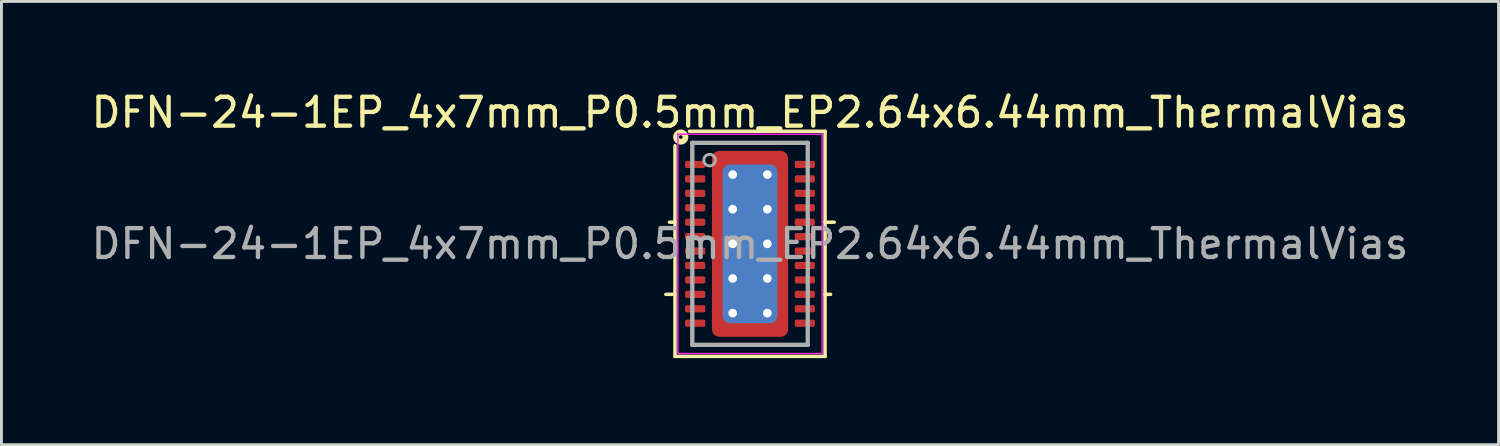
<source format=kicad_pcb>
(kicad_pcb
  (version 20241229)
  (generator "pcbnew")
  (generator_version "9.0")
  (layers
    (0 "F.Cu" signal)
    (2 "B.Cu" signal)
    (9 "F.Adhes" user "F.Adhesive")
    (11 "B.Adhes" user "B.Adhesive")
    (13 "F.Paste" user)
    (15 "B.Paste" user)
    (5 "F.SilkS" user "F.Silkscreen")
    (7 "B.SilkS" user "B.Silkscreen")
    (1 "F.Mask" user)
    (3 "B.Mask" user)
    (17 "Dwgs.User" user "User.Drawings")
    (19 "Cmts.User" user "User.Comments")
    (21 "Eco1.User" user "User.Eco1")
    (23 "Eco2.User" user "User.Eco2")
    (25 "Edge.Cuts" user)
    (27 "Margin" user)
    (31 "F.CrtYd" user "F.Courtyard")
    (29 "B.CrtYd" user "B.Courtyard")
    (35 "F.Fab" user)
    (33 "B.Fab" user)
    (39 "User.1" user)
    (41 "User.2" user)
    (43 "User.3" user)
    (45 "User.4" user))
  (footprint "DFN-24-1EP_4x7mm_P0.5mm_EP2.64x6.44mm_ThermalVias"
    (layer "F.Cu")
    (at 22.935 5.398)
    (property "Reference" "DFN-24-1EP_4x7mm_P0.5mm_EP2.64x6.44mm_ThermalVias" (at 0 -4.55 0) (layer "F.SilkS") (effects (font (size 1 1) (thickness 0.15))))
    (attr smd)
    (fp_line (start -2.6 -0.75) (end -2.791 -0.75) (stroke (width 0.12) (type solid)) (layer "F.SilkS"))
    (fp_line (start -2.6 1.75) (end -2.917 1.75) (stroke (width 0.12) (type solid)) (layer "F.SilkS"))
    (fp_line (start -2.6 3.9) (end -2.6 -3.4) (stroke (width 0.12) (type solid)) (layer "F.SilkS"))
    (fp_line (start -2.1 -3.9) (end 2.6 -3.9) (stroke (width 0.12) (type solid)) (layer "F.SilkS"))
    (fp_line (start 2.6 -3.9) (end 2.6 3.9) (stroke (width 0.12) (type solid)) (layer "F.SilkS"))
    (fp_line (start 2.6 -0.75) (end 2.917 -0.75) (stroke (width 0.12) (type solid)) (layer "F.SilkS"))
    (fp_line (start 2.6 1.75) (end 2.791 1.75) (stroke (width 0.12) (type solid)) (layer "F.SilkS"))
    (fp_line (start 2.6 3.9) (end -2.6 3.9) (stroke (width 0.12) (type solid)) (layer "F.SilkS"))
    (fp_circle (center -2.4 -3.7) (end -2.337 -3.7) (stroke (width 0.2) (type solid)) (fill no) (layer "F.SilkS"))
    (fp_line (start -2.5 -3.8) (end -2.5 3.8) (stroke (width 0.05) (type solid)) (layer "F.CrtYd"))
    (fp_line (start -2.5 -3.8) (end 2.5 -3.8) (stroke (width 0.05) (type solid)) (layer "F.CrtYd"))
    (fp_line (start -2.5 3.8) (end 2.5 3.8) (stroke (width 0.05) (type solid)) (layer "F.CrtYd"))
    (fp_line (start 2.5 -3.8) (end 2.5 3.8) (stroke (width 0.05) (type solid)) (layer "F.CrtYd"))
    (fp_line (start -2 -3.5) (end 2 -3.5) (stroke (width 0.15) (type solid)) (layer "F.Fab"))
    (fp_line (start -2 3.5) (end -2 -3.5) (stroke (width 0.15) (type solid)) (layer "F.Fab"))
    (fp_line (start 2 -3.5) (end 2 3.5) (stroke (width 0.15) (type solid)) (layer "F.Fab"))
    (fp_line (start 2 3.5) (end -2 3.5) (stroke (width 0.15) (type solid)) (layer "F.Fab"))
    (fp_circle (center -1.4 -2.9) (end -1.2 -2.9) (stroke (width 0.1) (type solid)) (fill no) (layer "F.Fab"))
    (fp_text user "${REFERENCE}" (at 0 0 0) (layer "F.Fab") (effects (font (size 1 1) (thickness 0.15))))
    (pad "" smd roundrect (at -0.975 -2.825) (size 0.55 0.65) (layers "F.Paste") (roundrect_rratio 0.25))
    (pad "" smd roundrect (at -0.975 -1.8) (size 0.55 1) (layers "F.Paste") (roundrect_rratio 0.25))
    (pad "" smd roundrect (at -0.975 -0.6) (size 0.55 1) (layers "F.Paste") (roundrect_rratio 0.25))
    (pad "" smd roundrect (at -0.975 0.6) (size 0.55 1) (layers "F.Paste") (roundrect_rratio 0.25))
    (pad "" smd roundrect (at -0.975 1.8) (size 0.55 1) (layers "F.Paste") (roundrect_rratio 0.25))
    (pad "" smd roundrect (at -0.975 2.85) (size 0.55 0.6) (layers "F.Paste") (roundrect_rratio 0.25))
    (pad "" smd roundrect (at 0 -2.825) (size 1 0.65) (layers "F.Paste") (roundrect_rratio 0.25))
    (pad "" smd roundrect (at 0 -1.8) (size 1 1) (layers "F.Paste") (roundrect_rratio 0.25))
    (pad "" smd roundrect (at 0 -0.6) (size 1 1) (layers "F.Paste") (roundrect_rratio 0.25))
    (pad "" smd roundrect (at 0 0.6) (size 1 1) (layers "F.Paste") (roundrect_rratio 0.25))
    (pad "" smd roundrect (at 0 1.8) (size 1 1) (layers "F.Paste") (roundrect_rratio 0.25))
    (pad "" smd roundrect (at 0 2.85) (size 1 0.6) (layers "F.Paste") (roundrect_rratio 0.25))
    (pad "" smd roundrect (at 0.975 -2.825) (size 0.55 0.65) (layers "F.Paste") (roundrect_rratio 0.25))
    (pad "" smd roundrect (at 0.975 -1.8) (size 0.55 1) (layers "F.Paste") (roundrect_rratio 0.25))
    (pad "" smd roundrect (at 0.975 -0.6) (size 0.55 1) (layers "F.Paste") (roundrect_rratio 0.25))
    (pad "" smd roundrect (at 0.975 0.6) (size 0.55 1) (layers "F.Paste") (roundrect_rratio 0.25))
    (pad "" smd roundrect (at 0.975 1.8) (size 0.55 1) (layers "F.Paste") (roundrect_rratio 0.25))
    (pad "" smd roundrect (at 0.975 2.85) (size 0.55 0.6) (layers "F.Paste") (roundrect_rratio 0.25))
    (pad "1" smd roundrect (at -1.9 -2.75) (size 0.7 0.25) (layers "F.Cu" "F.Mask" "F.Paste") (roundrect_rratio 0.25))
    (pad "2" smd roundrect (at -1.9 -2.25) (size 0.7 0.25) (layers "F.Cu" "F.Mask" "F.Paste") (roundrect_rratio 0.25))
    (pad "3" smd roundrect (at -1.9 -1.75) (size 0.7 0.25) (layers "F.Cu" "F.Mask" "F.Paste") (roundrect_rratio 0.25))
    (pad "4" smd roundrect (at -1.9 -1.25) (size 0.7 0.25) (layers "F.Cu" "F.Mask" "F.Paste") (roundrect_rratio 0.25))
    (pad "5" smd roundrect (at -1.9 -0.75) (size 0.7 0.25) (layers "F.Cu" "F.Mask" "F.Paste") (roundrect_rratio 0.25))
    (pad "6" smd roundrect (at -1.9 -0.25) (size 0.7 0.25) (layers "F.Cu" "F.Mask" "F.Paste") (roundrect_rratio 0.25))
    (pad "7" smd roundrect (at -1.9 0.25) (size 0.7 0.25) (layers "F.Cu" "F.Mask" "F.Paste") (roundrect_rratio 0.25))
    (pad "8" smd roundrect (at -1.9 0.75) (size 0.7 0.25) (layers "F.Cu" "F.Mask" "F.Paste") (roundrect_rratio 0.25))
    (pad "9" smd roundrect (at -1.9 1.25) (size 0.7 0.25) (layers "F.Cu" "F.Mask" "F.Paste") (roundrect_rratio 0.25))
    (pad "10" smd roundrect (at -1.9 1.75) (size 0.7 0.25) (layers "F.Cu" "F.Mask" "F.Paste") (roundrect_rratio 0.25))
    (pad "11" smd roundrect (at -1.9 2.25) (size 0.7 0.25) (layers "F.Cu" "F.Mask" "F.Paste") (roundrect_rratio 0.25))
    (pad "12" smd roundrect (at -1.9 2.75) (size 0.7 0.25) (layers "F.Cu" "F.Mask" "F.Paste") (roundrect_rratio 0.25))
    (pad "13" smd roundrect (at 1.9 2.75) (size 0.7 0.25) (layers "F.Cu" "F.Mask" "F.Paste") (roundrect_rratio 0.25))
    (pad "14" smd roundrect (at 1.9 2.25) (size 0.7 0.25) (layers "F.Cu" "F.Mask" "F.Paste") (roundrect_rratio 0.25))
    (pad "15" smd roundrect (at 1.9 1.75) (size 0.7 0.25) (layers "F.Cu" "F.Mask" "F.Paste") (roundrect_rratio 0.25))
    (pad "16" smd roundrect (at 1.9 1.25) (size 0.7 0.25) (layers "F.Cu" "F.Mask" "F.Paste") (roundrect_rratio 0.25))
    (pad "17" smd roundrect (at 1.9 0.75) (size 0.7 0.25) (layers "F.Cu" "F.Mask" "F.Paste") (roundrect_rratio 0.25))
    (pad "18" smd roundrect (at 1.9 0.25) (size 0.7 0.25) (layers "F.Cu" "F.Mask" "F.Paste") (roundrect_rratio 0.25))
    (pad "19" smd roundrect (at 1.9 -0.25) (size 0.7 0.25) (layers "F.Cu" "F.Mask" "F.Paste") (roundrect_rratio 0.25))
    (pad "20" smd roundrect (at 1.9 -0.75) (size 0.7 0.25) (layers "F.Cu" "F.Mask" "F.Paste") (roundrect_rratio 0.25))
    (pad "21" smd roundrect (at 1.9 -1.25) (size 0.7 0.25) (layers "F.Cu" "F.Mask" "F.Paste") (roundrect_rratio 0.25))
    (pad "22" smd roundrect (at 1.9 -1.75) (size 0.7 0.25) (layers "F.Cu" "F.Mask" "F.Paste") (roundrect_rratio 0.25))
    (pad "23" smd roundrect (at 1.9 -2.25) (size 0.7 0.25) (layers "F.Cu" "F.Mask" "F.Paste") (roundrect_rratio 0.25))
    (pad "24" smd roundrect (at 1.9 -2.75) (size 0.7 0.25) (layers "F.Cu" "F.Mask" "F.Paste") (roundrect_rratio 0.25))
    (pad "25" thru_hole circle (at -0.6 -2.4) (size 0.65 0.65) (drill 0.3) (property pad_prop_heatsink) (layers "*.Cu"))
    (pad "25" thru_hole circle (at -0.6 -1.2) (size 0.65 0.65) (drill 0.3) (property pad_prop_heatsink) (layers "*.Cu"))
    (pad "25" thru_hole circle (at -0.6 0) (size 0.65 0.65) (drill 0.3) (property pad_prop_heatsink) (layers "*.Cu"))
    (pad "25" thru_hole circle (at -0.6 1.2) (size 0.65 0.65) (drill 0.3) (property pad_prop_heatsink) (layers "*.Cu"))
    (pad "25" thru_hole circle (at -0.6 2.4) (size 0.65 0.65) (drill 0.3) (property pad_prop_heatsink) (layers "*.Cu"))
    (pad "25" smd roundrect (at 0 0) (size 1.9 5.5) (layers "B.Cu" "B.Mask") (roundrect_rratio 0.132))
    (pad "25" smd roundrect (at 0 0) (size 2.64 6.44) (layers "F.Cu" "F.Mask") (roundrect_rratio 0.095))
    (pad "25" thru_hole circle (at 0.6 -2.4) (size 0.65 0.65) (drill 0.3) (property pad_prop_heatsink) (layers "*.Cu"))
    (pad "25" thru_hole circle (at 0.6 -1.2) (size 0.65 0.65) (drill 0.3) (property pad_prop_heatsink) (layers "*.Cu"))
    (pad "25" thru_hole circle (at 0.6 0) (size 0.65 0.65) (drill 0.3) (property pad_prop_heatsink) (layers "*.Cu"))
    (pad "25" thru_hole circle (at 0.6 1.2) (size 0.65 0.65) (drill 0.3) (property pad_prop_heatsink) (layers "*.Cu"))
    (pad "25" thru_hole circle (at 0.6 2.4) (size 0.65 0.65) (drill 0.3) (property pad_prop_heatsink) (layers "*.Cu")))
  (gr_rect
    (start -3 -3)
    (end 48.869 12.358)
    (stroke (width 0.1) (type default))
    (fill no)
    (layer "Edge.Cuts")))
</source>
